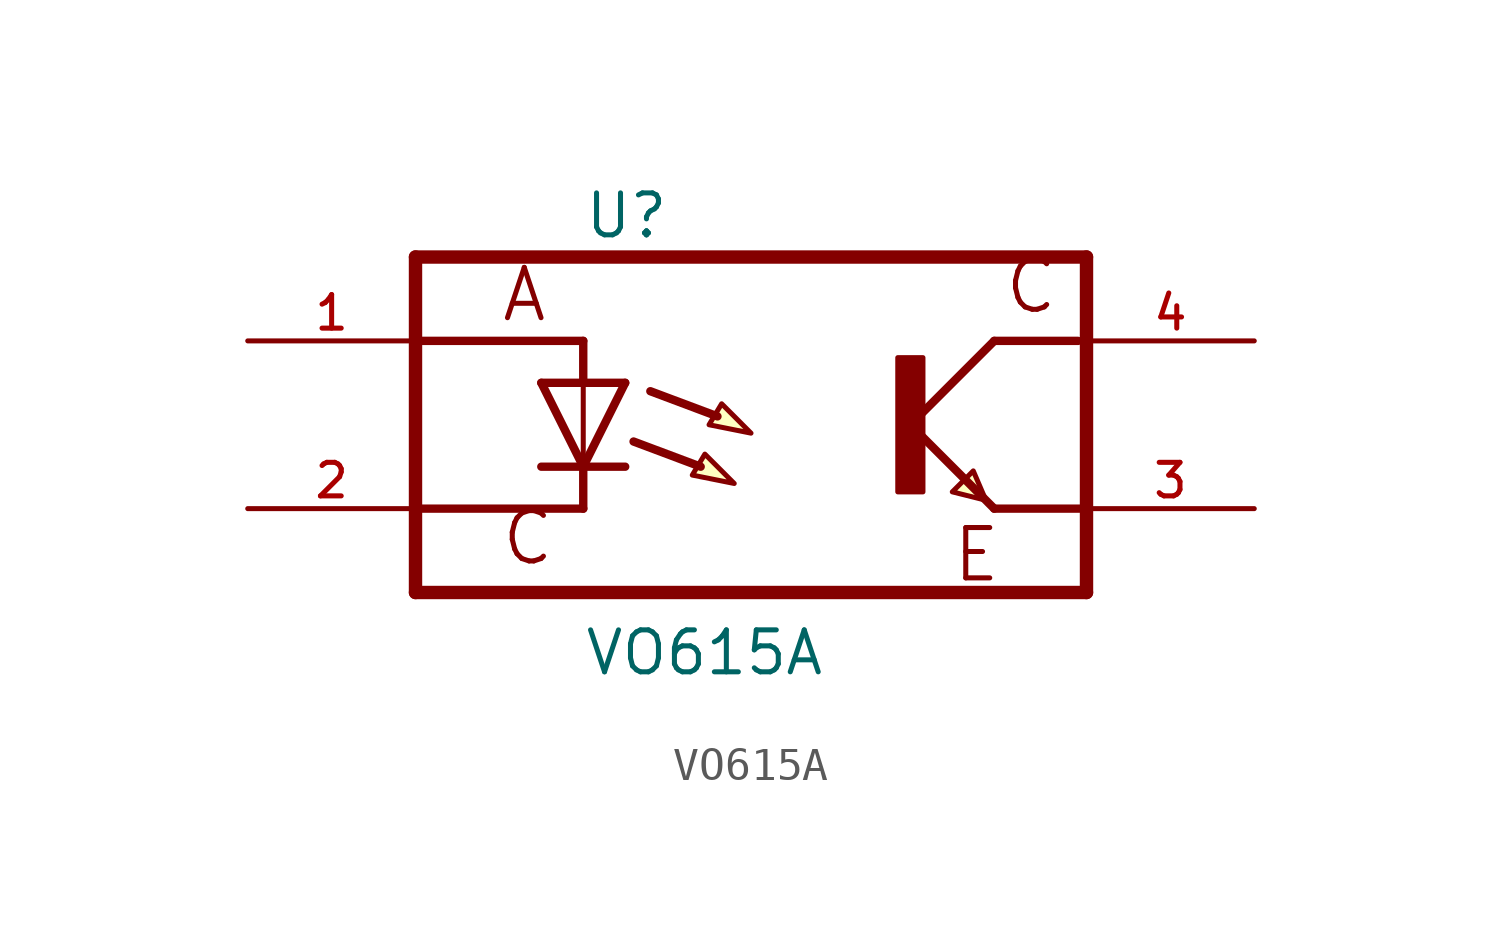
<source format=kicad_sym>
(kicad_symbol_lib
  (version 20211014)
  (generator kicad_symbol_editor)
  (symbol "VO615A"
    (pin_names
      (offset 1.016) hide)
    (property "Reference" "U"
      (at -5.08 5.588 0)
      (effects (font (size 1.27 1.27)) (justify left bottom)))
    (property "Value" "VO615A"
      (at -5.08 -7.645 0)
      (effects (font (size 1.27 1.27)) (justify left bottom)))
    (property "ki_locked" ""
      (at 0 0 0)
      (effects (font (size 1.27 1.27))))
    (symbol "VO615A_0_0"
      (polyline (pts (xy -10.16 -5.08) (xy 10.16 -5.08)) (stroke (width 0.406) (type default) (color 0 0 0 0)) (fill (type none)))
      (polyline (pts (xy -10.16 -2.54) (xy -10.16 -5.08)) (stroke (width 0.406) (type default) (color 0 0 0 0)) (fill (type none)))
      (polyline (pts (xy -10.16 -2.54) (xy -10.16 2.54)) (stroke (width 0.406) (type default) (color 0 0 0 0)) (fill (type none)))
      (polyline (pts (xy -10.16 2.54) (xy -10.16 5.08)) (stroke (width 0.406) (type default) (color 0 0 0 0)) (fill (type none)))
      (polyline (pts (xy -10.16 2.54) (xy -5.08 2.54)) (stroke (width 0.254) (type default) (color 0 0 0 0)) (fill (type none)))
      (polyline (pts (xy -10.16 5.08) (xy 10.16 5.08)) (stroke (width 0.406) (type default) (color 0 0 0 0)) (fill (type none)))
      (polyline (pts (xy -5.08 -2.54) (xy -10.16 -2.54)) (stroke (width 0.254) (type default) (color 0 0 0 0)) (fill (type none)))
      (polyline (pts (xy -5.08 -1.27) (xy -6.35 -1.27)) (stroke (width 0.254) (type default) (color 0 0 0 0)) (fill (type none)))
      (polyline (pts (xy -5.08 -1.27) (xy -6.35 1.27)) (stroke (width 0.254) (type default) (color 0 0 0 0)) (fill (type none)))
      (polyline (pts (xy -5.08 -1.27) (xy -5.08 -2.54)) (stroke (width 0.254) (type default) (color 0 0 0 0)) (fill (type none)))
      (polyline (pts (xy -5.08 1.27) (xy -6.35 1.27)) (stroke (width 0.254) (type default) (color 0 0 0 0)) (fill (type none)))
      (polyline (pts (xy -5.08 1.27) (xy -5.08 -1.27)) (stroke (width 0.152) (type default) (color 0 0 0 0)) (fill (type none)))
      (polyline (pts (xy -5.08 1.27) (xy -5.08 2.54)) (stroke (width 0.254) (type default) (color 0 0 0 0)) (fill (type none)))
      (polyline (pts (xy -3.81 -1.27) (xy -5.08 -1.27)) (stroke (width 0.254) (type default) (color 0 0 0 0)) (fill (type none)))
      (polyline (pts (xy -3.81 1.27) (xy -5.08 -1.27)) (stroke (width 0.254) (type default) (color 0 0 0 0)) (fill (type none)))
      (polyline (pts (xy -3.81 1.27) (xy -5.08 1.27)) (stroke (width 0.254) (type default) (color 0 0 0 0)) (fill (type none)))
      (polyline (pts (xy -3.556 -0.508) (xy -1.524 -1.27)) (stroke (width 0.254) (type default) (color 0 0 0 0)) (fill (type none)))
      (polyline (pts (xy -3.048 1.016) (xy -1.016 0.254)) (stroke (width 0.254) (type default) (color 0 0 0 0)) (fill (type none)))
      (polyline (pts (xy 4.826 0) (xy 7.366 -2.54)) (stroke (width 0.254) (type default) (color 0 0 0 0)) (fill (type none)))
      (polyline (pts (xy 4.826 0) (xy 7.366 2.54)) (stroke (width 0.254) (type default) (color 0 0 0 0)) (fill (type none)))
      (polyline (pts (xy 7.366 -2.54) (xy 10.16 -2.54)) (stroke (width 0.254) (type default) (color 0 0 0 0)) (fill (type none)))
      (polyline (pts (xy 9.906 2.54) (xy 7.366 2.54)) (stroke (width 0.254) (type default) (color 0 0 0 0)) (fill (type none)))
      (polyline (pts (xy 10.16 -5.08) (xy 10.16 -2.54)) (stroke (width 0.406) (type default) (color 0 0 0 0)) (fill (type none)))
      (polyline (pts (xy 10.16 -2.54) (xy 10.16 5.08)) (stroke (width 0.406) (type default) (color 0 0 0 0)) (fill (type none)))
      (polyline (pts (xy -1.397 -0.889) (xy -0.508 -1.778) (xy -1.778 -1.524) (xy -1.397 -0.889)) (stroke (width 0.152) (type default) (color 0 0 0 0)) (fill (type background)))
      (polyline (pts (xy -0.889 0.635) (xy 0 -0.254) (xy -1.27 0) (xy -0.889 0.635)) (stroke (width 0.152) (type default) (color 0 0 0 0)) (fill (type background)))
      (polyline (pts (xy 6.731 -1.397) (xy 6.096 -2.032) (xy 7.112 -2.286) (xy 6.731 -1.397)) (stroke (width 0.152) (type default) (color 0 0 0 0)) (fill (type background)))
      (polyline (pts (xy 4.445 2.032) (xy 5.207 2.032) (xy 5.207 -2.032) (xy 4.445 -2.032) (xy 4.445 2.032)) (stroke (width 0) (type default) (color 0 0 0 0)) (fill (type outline)))
      (text "A" (at -7.62 3.048 0) (effects (font (size 1.524 1.524)) (justify left bottom)))
      (text "C" (at -7.62 -4.318 0) (effects (font (size 1.524 1.524)) (justify left bottom)))
      (text "C" (at 7.62 3.302 0) (effects (font (size 1.524 1.524)) (justify left bottom)))
      (text "E" (at 7.62 -3.048 0) (effects (font (size 1.524 1.524)) (justify right top)))
      (pin passive line (at -15.24 2.54 0) (length 5.08) (name "~" (effects (font (size 1.016 1.016)))) (number "1" (effects (font (size 1.016 1.016)))))
      (pin passive line (at -15.24 -2.54 0) (length 5.08) (name "~" (effects (font (size 1.016 1.016)))) (number "2" (effects (font (size 1.016 1.016)))))
      (pin passive line (at 15.24 -2.54 180) (length 5.08) (name "~" (effects (font (size 1.016 1.016)))) (number "3" (effects (font (size 1.016 1.016)))))
      (pin passive line (at 15.24 2.54 180) (length 5.08) (name "~" (effects (font (size 1.016 1.016)))) (number "4" (effects (font (size 1.016 1.016))))))))
</source>
